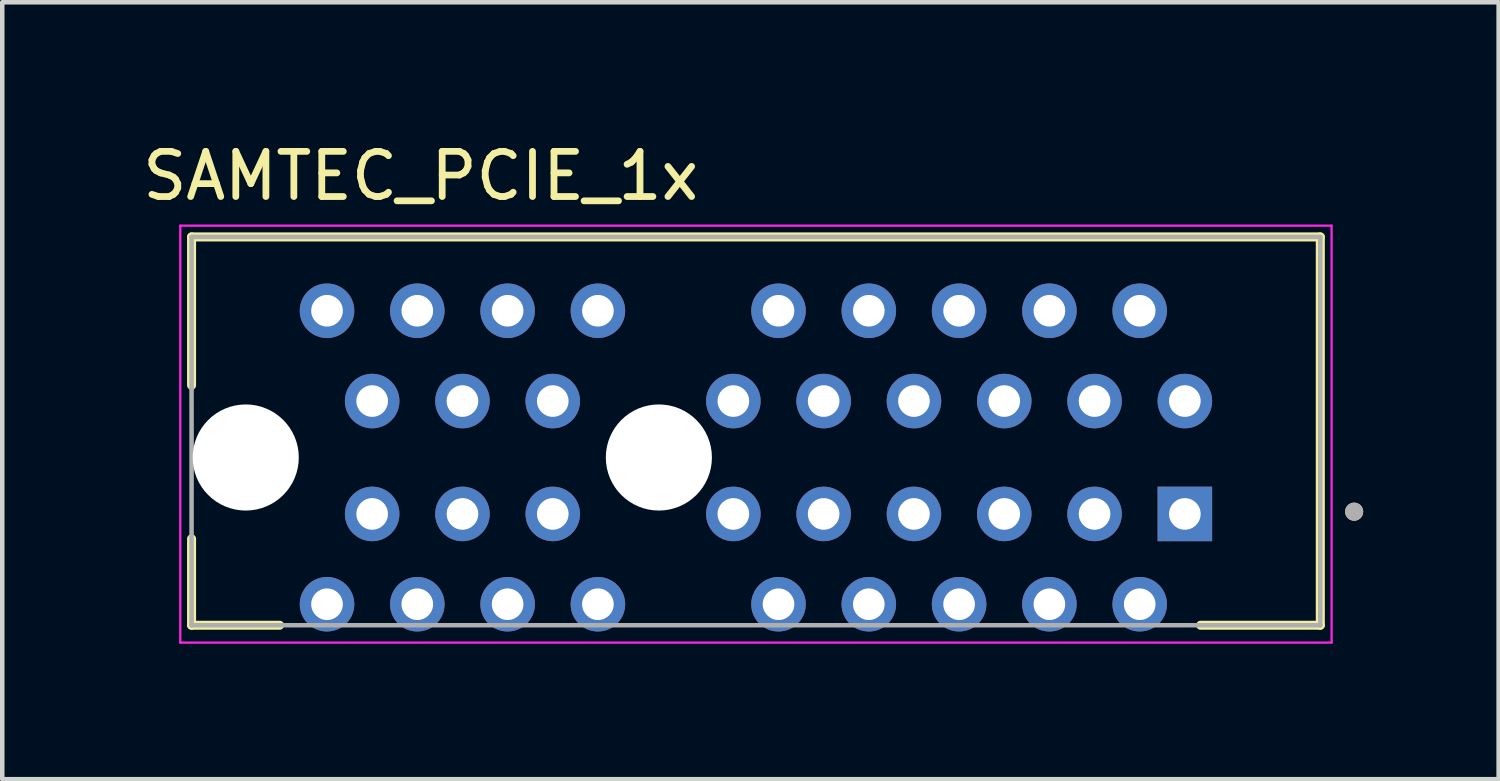
<source format=kicad_pcb>
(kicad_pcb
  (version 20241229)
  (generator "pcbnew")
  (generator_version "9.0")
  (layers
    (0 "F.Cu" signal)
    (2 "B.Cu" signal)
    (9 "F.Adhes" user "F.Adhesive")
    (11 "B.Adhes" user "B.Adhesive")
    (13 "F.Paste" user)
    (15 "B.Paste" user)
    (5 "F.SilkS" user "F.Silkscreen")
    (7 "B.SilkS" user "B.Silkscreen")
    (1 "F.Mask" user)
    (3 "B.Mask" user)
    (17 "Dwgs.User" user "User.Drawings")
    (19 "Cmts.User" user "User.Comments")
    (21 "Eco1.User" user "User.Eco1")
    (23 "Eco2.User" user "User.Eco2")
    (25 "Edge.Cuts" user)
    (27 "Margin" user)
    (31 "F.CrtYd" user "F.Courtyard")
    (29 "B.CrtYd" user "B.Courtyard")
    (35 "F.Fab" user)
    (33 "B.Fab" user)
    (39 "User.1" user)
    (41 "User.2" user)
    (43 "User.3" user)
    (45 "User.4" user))
  (footprint "SAMTEC_PCIE_1x"
    (layer "F.Cu")
    (at 13.693 6.498)
    (property "Reference" "SAMTEC_PCIE_1x" (at -7.425 -5.65 0) (layer "F.SilkS") (effects (font (size 1 1) (thickness 0.15))))
    (attr through_hole)
    (fp_line (start -12.5 -4.3) (end 12.5 -4.3) (stroke (width 0.2) (type solid)) (layer "F.SilkS"))
    (fp_line (start -12.5 -1.015) (end -12.5 -4.3) (stroke (width 0.2) (type solid)) (layer "F.SilkS"))
    (fp_line (start -12.5 4.3) (end -12.5 2.385) (stroke (width 0.2) (type solid)) (layer "F.SilkS"))
    (fp_line (start -10.55 4.3) (end -12.5 4.3) (stroke (width 0.2) (type solid)) (layer "F.SilkS"))
    (fp_line (start 12.5 -4.3) (end 12.5 4.3) (stroke (width 0.2) (type solid)) (layer "F.SilkS"))
    (fp_line (start 12.5 4.3) (end 9.85 4.3) (stroke (width 0.2) (type solid)) (layer "F.SilkS"))
    (fp_circle (center 13.25 1.785) (end 13.35 1.785) (stroke (width 0.2) (type solid)) (fill no) (layer "F.SilkS"))
    (fp_line (start -12.75 -4.55) (end 12.75 -4.55) (stroke (width 0.05) (type solid)) (layer "F.CrtYd"))
    (fp_line (start -12.75 4.685) (end -12.75 -4.55) (stroke (width 0.05) (type solid)) (layer "F.CrtYd"))
    (fp_line (start 12.75 -4.55) (end 12.75 4.685) (stroke (width 0.05) (type solid)) (layer "F.CrtYd"))
    (fp_line (start 12.75 4.685) (end -12.75 4.685) (stroke (width 0.05) (type solid)) (layer "F.CrtYd"))
    (fp_line (start -12.5 -4.3) (end 12.5 -4.3) (stroke (width 0.1) (type solid)) (layer "F.Fab"))
    (fp_line (start -12.5 4.3) (end -12.5 -4.3) (stroke (width 0.1) (type solid)) (layer "F.Fab"))
    (fp_line (start 12.5 -4.3) (end 12.5 4.3) (stroke (width 0.1) (type solid)) (layer "F.Fab"))
    (fp_line (start 12.5 4.3) (end -12.5 4.3) (stroke (width 0.1) (type solid)) (layer "F.Fab"))
    (fp_circle (center 13.25 1.785) (end 13.35 1.785) (stroke (width 0.2) (type solid)) (fill no) (layer "F.Fab"))
    (pad "" np_thru_hole circle (at -11.3 0.585) (size 2.35 2.35) (drill 2.35) (layers "*.Cu" "*.Mask"))
    (pad "" np_thru_hole circle (at -2.15 0.585) (size 2.35 2.35) (drill 2.35) (layers "*.Cu" "*.Mask"))
    (pad "A1" thru_hole rect (at 9.5 1.835) (size 1.208 1.208) (drill 0.7) (layers "*.Cu" "*.Mask"))
    (pad "A2" thru_hole circle (at 8.5 3.835) (size 1.208 1.208) (drill 0.7) (layers "*.Cu" "*.Mask"))
    (pad "A3" thru_hole circle (at 7.5 1.835) (size 1.208 1.208) (drill 0.7) (layers "*.Cu" "*.Mask"))
    (pad "A4" thru_hole circle (at 6.5 3.835) (size 1.208 1.208) (drill 0.7) (layers "*.Cu" "*.Mask"))
    (pad "A5" thru_hole circle (at 5.5 1.835) (size 1.208 1.208) (drill 0.7) (layers "*.Cu" "*.Mask"))
    (pad "A6" thru_hole circle (at 4.5 3.835) (size 1.208 1.208) (drill 0.7) (layers "*.Cu" "*.Mask"))
    (pad "A7" thru_hole circle (at 3.5 1.835) (size 1.208 1.208) (drill 0.7) (layers "*.Cu" "*.Mask"))
    (pad "A8" thru_hole circle (at 2.5 3.835) (size 1.208 1.208) (drill 0.7) (layers "*.Cu" "*.Mask"))
    (pad "A9" thru_hole circle (at 1.5 1.835) (size 1.208 1.208) (drill 0.7) (layers "*.Cu" "*.Mask"))
    (pad "A10" thru_hole circle (at 0.5 3.835) (size 1.208 1.208) (drill 0.7) (layers "*.Cu" "*.Mask"))
    (pad "A11" thru_hole circle (at -0.5 1.835) (size 1.208 1.208) (drill 0.7) (layers "*.Cu" "*.Mask"))
    (pad "A12" thru_hole circle (at -3.5 3.835) (size 1.208 1.208) (drill 0.7) (layers "*.Cu" "*.Mask"))
    (pad "A13" thru_hole circle (at -4.5 1.835) (size 1.208 1.208) (drill 0.7) (layers "*.Cu" "*.Mask"))
    (pad "A14" thru_hole circle (at -5.5 3.835) (size 1.208 1.208) (drill 0.7) (layers "*.Cu" "*.Mask"))
    (pad "A15" thru_hole circle (at -6.5 1.835) (size 1.208 1.208) (drill 0.7) (layers "*.Cu" "*.Mask"))
    (pad "A16" thru_hole circle (at -7.5 3.835) (size 1.208 1.208) (drill 0.7) (layers "*.Cu" "*.Mask"))
    (pad "A17" thru_hole circle (at -8.5 1.835) (size 1.208 1.208) (drill 0.7) (layers "*.Cu" "*.Mask"))
    (pad "A18" thru_hole circle (at -9.5 3.835) (size 1.208 1.208) (drill 0.7) (layers "*.Cu" "*.Mask"))
    (pad "B1" thru_hole circle (at 9.5 -0.665) (size 1.208 1.208) (drill 0.7) (layers "*.Cu" "*.Mask"))
    (pad "B2" thru_hole circle (at 8.5 -2.665) (size 1.208 1.208) (drill 0.7) (layers "*.Cu" "*.Mask"))
    (pad "B3" thru_hole circle (at 7.5 -0.665) (size 1.208 1.208) (drill 0.7) (layers "*.Cu" "*.Mask"))
    (pad "B4" thru_hole circle (at 6.5 -2.665) (size 1.208 1.208) (drill 0.7) (layers "*.Cu" "*.Mask"))
    (pad "B5" thru_hole circle (at 5.5 -0.665) (size 1.208 1.208) (drill 0.7) (layers "*.Cu" "*.Mask"))
    (pad "B6" thru_hole circle (at 4.5 -2.665) (size 1.208 1.208) (drill 0.7) (layers "*.Cu" "*.Mask"))
    (pad "B7" thru_hole circle (at 3.5 -0.665) (size 1.208 1.208) (drill 0.7) (layers "*.Cu" "*.Mask"))
    (pad "B8" thru_hole circle (at 2.5 -2.665) (size 1.208 1.208) (drill 0.7) (layers "*.Cu" "*.Mask"))
    (pad "B9" thru_hole circle (at 1.5 -0.665) (size 1.208 1.208) (drill 0.7) (layers "*.Cu" "*.Mask"))
    (pad "B10" thru_hole circle (at 0.5 -2.665) (size 1.208 1.208) (drill 0.7) (layers "*.Cu" "*.Mask"))
    (pad "B11" thru_hole circle (at -0.5 -0.665) (size 1.208 1.208) (drill 0.7) (layers "*.Cu" "*.Mask"))
    (pad "B12" thru_hole circle (at -3.5 -2.665) (size 1.208 1.208) (drill 0.7) (layers "*.Cu" "*.Mask"))
    (pad "B13" thru_hole circle (at -4.5 -0.665) (size 1.208 1.208) (drill 0.7) (layers "*.Cu" "*.Mask"))
    (pad "B14" thru_hole circle (at -5.5 -2.665) (size 1.208 1.208) (drill 0.7) (layers "*.Cu" "*.Mask"))
    (pad "B15" thru_hole circle (at -6.5 -0.665) (size 1.208 1.208) (drill 0.7) (layers "*.Cu" "*.Mask"))
    (pad "B16" thru_hole circle (at -7.5 -2.665) (size 1.208 1.208) (drill 0.7) (layers "*.Cu" "*.Mask"))
    (pad "B17" thru_hole circle (at -8.5 -0.665) (size 1.208 1.208) (drill 0.7) (layers "*.Cu" "*.Mask"))
    (pad "B18" thru_hole circle (at -9.5 -2.665) (size 1.208 1.208) (drill 0.7) (layers "*.Cu" "*.Mask")))
  (gr_rect
    (start -3 -3)
    (end 30.143 14.208)
    (stroke (width 0.1) (type default))
    (fill no)
    (layer "Edge.Cuts")))
</source>
